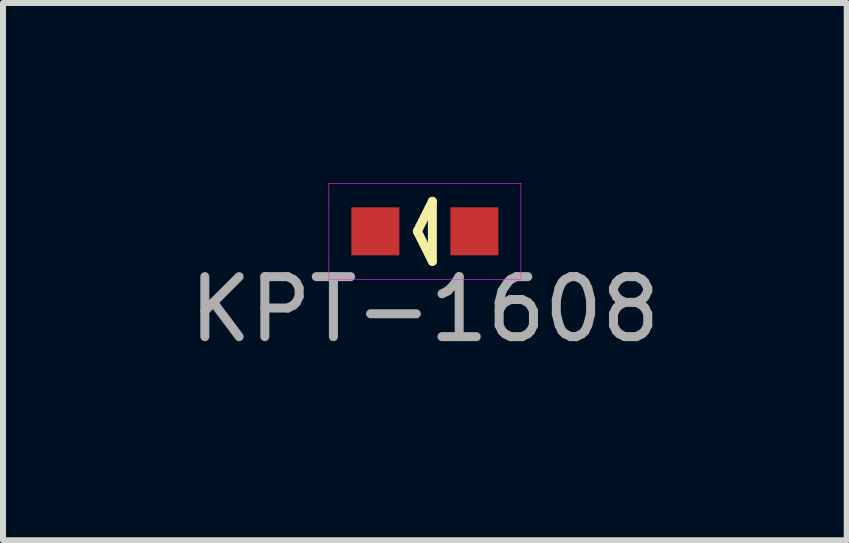
<source format=kicad_pcb>
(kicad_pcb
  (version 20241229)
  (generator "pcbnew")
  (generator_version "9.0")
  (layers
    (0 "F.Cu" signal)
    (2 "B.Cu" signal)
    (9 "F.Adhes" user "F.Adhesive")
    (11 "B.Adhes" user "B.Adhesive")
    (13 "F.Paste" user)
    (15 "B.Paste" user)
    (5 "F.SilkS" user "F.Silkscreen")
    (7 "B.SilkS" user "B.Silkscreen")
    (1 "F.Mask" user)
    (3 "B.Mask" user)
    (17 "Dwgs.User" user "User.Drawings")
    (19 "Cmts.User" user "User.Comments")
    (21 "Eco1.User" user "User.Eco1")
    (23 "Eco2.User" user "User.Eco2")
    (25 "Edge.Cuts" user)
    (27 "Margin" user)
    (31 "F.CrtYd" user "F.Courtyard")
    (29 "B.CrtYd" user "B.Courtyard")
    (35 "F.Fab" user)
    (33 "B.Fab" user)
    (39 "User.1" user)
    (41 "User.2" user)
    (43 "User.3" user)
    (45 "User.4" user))
  (footprint "KPT-1608"
    (layer "F.Cu")
    (at 4.03 0.805)
    (property "Reference" "KPT-1608" (at 0 1.3 0) (layer "F.Fab") (effects (font (size 1 1) (thickness 0.15))))
    (attr through_hole)
    (fp_line (start -0.125 0) (end 0.125 -0.5) (stroke (width 0.15) (type solid)) (layer "F.SilkS"))
    (fp_line (start 0.125 -0.5) (end 0.125 0.5) (stroke (width 0.15) (type solid)) (layer "F.SilkS"))
    (fp_line (start 0.125 0.5) (end -0.125 0) (stroke (width 0.15) (type solid)) (layer "F.SilkS"))
    (fp_line (start -1.6 -0.8) (end 1.6 -0.8) (stroke (width 0.01) (type solid)) (layer "F.CrtYd"))
    (fp_line (start -1.6 0.8) (end -1.6 -0.8) (stroke (width 0.01) (type solid)) (layer "F.CrtYd"))
    (fp_line (start 1.6 -0.8) (end 1.6 0.8) (stroke (width 0.01) (type solid)) (layer "F.CrtYd"))
    (fp_line (start 1.6 0.8) (end -1.6 0.8) (stroke (width 0.01) (type solid)) (layer "F.CrtYd"))
    (pad "1" smd rect (at -0.825 0) (size 0.8 0.8) (layers "F.Cu" "F.Mask" "F.Paste"))
    (pad "2" smd rect (at 0.825 0) (size 0.8 0.8) (layers "F.Cu" "F.Mask" "F.Paste")))
  (gr_rect
    (start -3 -3)
    (end 11.06 5.953)
    (stroke (width 0.1) (type default))
    (fill no)
    (layer "Edge.Cuts")))
</source>
